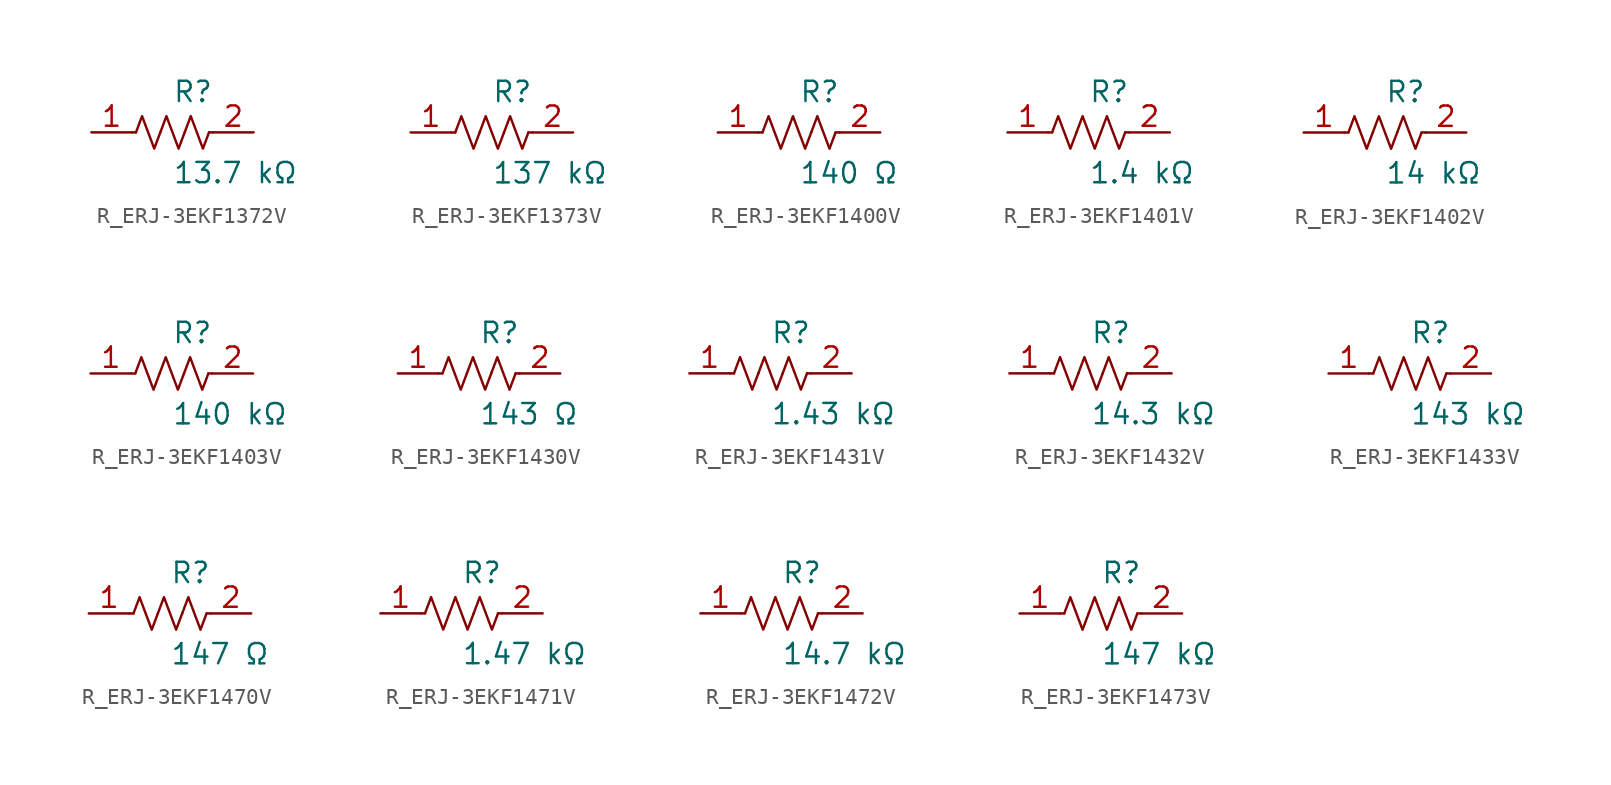
<source format=kicad_sym>
(kicad_symbol_lib
  (version 20231120)
  (generator "kicad_symbol_editor")
  (generator_version "8.0")
  (symbol "R_ERJ-3EKF1372V"
    (pin_names
      (offset 0.254))
    (property "Reference" "R"
      (at 0 2.54 0)
      (effects (font (size 1.27 1.27)) (justify left)))
    (property "Value" "13.7 kΩ"
      (at 0 -2.54 0)
      (effects (font (size 1.27 1.27)) (justify left)))
    (symbol "R_ERJ-3EKF1372V_0_1"
      (polyline (pts (xy 2.286 0) (xy 2.54 0)) (stroke (width 0) (type default)) (fill (type none)))
      (polyline (pts (xy -2.286 0) (xy -2.54 0)) (stroke (width 0) (type default)) (fill (type none)))
      (polyline (pts (xy 0.762 0) (xy 1.143 1.016) (xy 1.524 0) (xy 1.905 -1.016) (xy 2.286 0)) (stroke (width 0) (type default)) (fill (type none)))
      (polyline (pts (xy -0.762 0) (xy -0.381 1.016) (xy 0 0) (xy 0.381 -1.016) (xy 0.762 0)) (stroke (width 0) (type default)) (fill (type none)))
      (polyline (pts (xy -2.286 0) (xy -1.905 1.016) (xy -1.524 0) (xy -1.143 -1.016) (xy -0.762 0)) (stroke (width 0) (type default)) (fill (type none))))
    (pin unspecified line
      (at -5.08 0 0)
      (length 2.54)
      (name "" (effects (font (size 1.27 1.27))))
      (number "1" (effects (font (size 1.27 1.27)))))
    (pin unspecified line
      (at 5.08 0 180)
      (length 2.54)
      (name "" (effects (font (size 1.27 1.27))))
      (number "2" (effects (font (size 1.27 1.27))))))
  (symbol "R_ERJ-3EKF1373V"
    (pin_names
      (offset 0.254))
    (property "Reference" "R"
      (at 0 2.54 0)
      (effects (font (size 1.27 1.27)) (justify left)))
    (property "Value" "137 kΩ"
      (at 0 -2.54 0)
      (effects (font (size 1.27 1.27)) (justify left)))
    (symbol "R_ERJ-3EKF1373V_0_1"
      (polyline (pts (xy 2.286 0) (xy 2.54 0)) (stroke (width 0) (type default)) (fill (type none)))
      (polyline (pts (xy -2.286 0) (xy -2.54 0)) (stroke (width 0) (type default)) (fill (type none)))
      (polyline (pts (xy 0.762 0) (xy 1.143 1.016) (xy 1.524 0) (xy 1.905 -1.016) (xy 2.286 0)) (stroke (width 0) (type default)) (fill (type none)))
      (polyline (pts (xy -0.762 0) (xy -0.381 1.016) (xy 0 0) (xy 0.381 -1.016) (xy 0.762 0)) (stroke (width 0) (type default)) (fill (type none)))
      (polyline (pts (xy -2.286 0) (xy -1.905 1.016) (xy -1.524 0) (xy -1.143 -1.016) (xy -0.762 0)) (stroke (width 0) (type default)) (fill (type none))))
    (pin unspecified line
      (at -5.08 0 0)
      (length 2.54)
      (name "" (effects (font (size 1.27 1.27))))
      (number "1" (effects (font (size 1.27 1.27)))))
    (pin unspecified line
      (at 5.08 0 180)
      (length 2.54)
      (name "" (effects (font (size 1.27 1.27))))
      (number "2" (effects (font (size 1.27 1.27))))))
  (symbol "R_ERJ-3EKF1400V"
    (pin_names
      (offset 0.254))
    (property "Reference" "R"
      (at 0 2.54 0)
      (effects (font (size 1.27 1.27)) (justify left)))
    (property "Value" "140 Ω"
      (at 0 -2.54 0)
      (effects (font (size 1.27 1.27)) (justify left)))
    (symbol "R_ERJ-3EKF1400V_0_1"
      (polyline (pts (xy 2.286 0) (xy 2.54 0)) (stroke (width 0) (type default)) (fill (type none)))
      (polyline (pts (xy -2.286 0) (xy -2.54 0)) (stroke (width 0) (type default)) (fill (type none)))
      (polyline (pts (xy 0.762 0) (xy 1.143 1.016) (xy 1.524 0) (xy 1.905 -1.016) (xy 2.286 0)) (stroke (width 0) (type default)) (fill (type none)))
      (polyline (pts (xy -0.762 0) (xy -0.381 1.016) (xy 0 0) (xy 0.381 -1.016) (xy 0.762 0)) (stroke (width 0) (type default)) (fill (type none)))
      (polyline (pts (xy -2.286 0) (xy -1.905 1.016) (xy -1.524 0) (xy -1.143 -1.016) (xy -0.762 0)) (stroke (width 0) (type default)) (fill (type none))))
    (pin unspecified line
      (at -5.08 0 0)
      (length 2.54)
      (name "" (effects (font (size 1.27 1.27))))
      (number "1" (effects (font (size 1.27 1.27)))))
    (pin unspecified line
      (at 5.08 0 180)
      (length 2.54)
      (name "" (effects (font (size 1.27 1.27))))
      (number "2" (effects (font (size 1.27 1.27))))))
  (symbol "R_ERJ-3EKF1401V"
    (pin_names
      (offset 0.254))
    (property "Reference" "R"
      (at 0 2.54 0)
      (effects (font (size 1.27 1.27)) (justify left)))
    (property "Value" "1.4 kΩ"
      (at 0 -2.54 0)
      (effects (font (size 1.27 1.27)) (justify left)))
    (symbol "R_ERJ-3EKF1401V_0_1"
      (polyline (pts (xy 2.286 0) (xy 2.54 0)) (stroke (width 0) (type default)) (fill (type none)))
      (polyline (pts (xy -2.286 0) (xy -2.54 0)) (stroke (width 0) (type default)) (fill (type none)))
      (polyline (pts (xy 0.762 0) (xy 1.143 1.016) (xy 1.524 0) (xy 1.905 -1.016) (xy 2.286 0)) (stroke (width 0) (type default)) (fill (type none)))
      (polyline (pts (xy -0.762 0) (xy -0.381 1.016) (xy 0 0) (xy 0.381 -1.016) (xy 0.762 0)) (stroke (width 0) (type default)) (fill (type none)))
      (polyline (pts (xy -2.286 0) (xy -1.905 1.016) (xy -1.524 0) (xy -1.143 -1.016) (xy -0.762 0)) (stroke (width 0) (type default)) (fill (type none))))
    (pin unspecified line
      (at -5.08 0 0)
      (length 2.54)
      (name "" (effects (font (size 1.27 1.27))))
      (number "1" (effects (font (size 1.27 1.27)))))
    (pin unspecified line
      (at 5.08 0 180)
      (length 2.54)
      (name "" (effects (font (size 1.27 1.27))))
      (number "2" (effects (font (size 1.27 1.27))))))
  (symbol "R_ERJ-3EKF1402V"
    (pin_names
      (offset 0.254))
    (property "Reference" "R"
      (at 0 2.54 0)
      (effects (font (size 1.27 1.27)) (justify left)))
    (property "Value" "14 kΩ"
      (at 0 -2.54 0)
      (effects (font (size 1.27 1.27)) (justify left)))
    (symbol "R_ERJ-3EKF1402V_0_1"
      (polyline (pts (xy 2.286 0) (xy 2.54 0)) (stroke (width 0) (type default)) (fill (type none)))
      (polyline (pts (xy -2.286 0) (xy -2.54 0)) (stroke (width 0) (type default)) (fill (type none)))
      (polyline (pts (xy 0.762 0) (xy 1.143 1.016) (xy 1.524 0) (xy 1.905 -1.016) (xy 2.286 0)) (stroke (width 0) (type default)) (fill (type none)))
      (polyline (pts (xy -0.762 0) (xy -0.381 1.016) (xy 0 0) (xy 0.381 -1.016) (xy 0.762 0)) (stroke (width 0) (type default)) (fill (type none)))
      (polyline (pts (xy -2.286 0) (xy -1.905 1.016) (xy -1.524 0) (xy -1.143 -1.016) (xy -0.762 0)) (stroke (width 0) (type default)) (fill (type none))))
    (pin unspecified line
      (at -5.08 0 0)
      (length 2.54)
      (name "" (effects (font (size 1.27 1.27))))
      (number "1" (effects (font (size 1.27 1.27)))))
    (pin unspecified line
      (at 5.08 0 180)
      (length 2.54)
      (name "" (effects (font (size 1.27 1.27))))
      (number "2" (effects (font (size 1.27 1.27))))))
  (symbol "R_ERJ-3EKF1403V"
    (pin_names
      (offset 0.254))
    (property "Reference" "R"
      (at 0 2.54 0)
      (effects (font (size 1.27 1.27)) (justify left)))
    (property "Value" "140 kΩ"
      (at 0 -2.54 0)
      (effects (font (size 1.27 1.27)) (justify left)))
    (symbol "R_ERJ-3EKF1403V_0_1"
      (polyline (pts (xy 2.286 0) (xy 2.54 0)) (stroke (width 0) (type default)) (fill (type none)))
      (polyline (pts (xy -2.286 0) (xy -2.54 0)) (stroke (width 0) (type default)) (fill (type none)))
      (polyline (pts (xy 0.762 0) (xy 1.143 1.016) (xy 1.524 0) (xy 1.905 -1.016) (xy 2.286 0)) (stroke (width 0) (type default)) (fill (type none)))
      (polyline (pts (xy -0.762 0) (xy -0.381 1.016) (xy 0 0) (xy 0.381 -1.016) (xy 0.762 0)) (stroke (width 0) (type default)) (fill (type none)))
      (polyline (pts (xy -2.286 0) (xy -1.905 1.016) (xy -1.524 0) (xy -1.143 -1.016) (xy -0.762 0)) (stroke (width 0) (type default)) (fill (type none))))
    (pin unspecified line
      (at -5.08 0 0)
      (length 2.54)
      (name "" (effects (font (size 1.27 1.27))))
      (number "1" (effects (font (size 1.27 1.27)))))
    (pin unspecified line
      (at 5.08 0 180)
      (length 2.54)
      (name "" (effects (font (size 1.27 1.27))))
      (number "2" (effects (font (size 1.27 1.27))))))
  (symbol "R_ERJ-3EKF1430V"
    (pin_names
      (offset 0.254))
    (property "Reference" "R"
      (at 0 2.54 0)
      (effects (font (size 1.27 1.27)) (justify left)))
    (property "Value" "143 Ω"
      (at 0 -2.54 0)
      (effects (font (size 1.27 1.27)) (justify left)))
    (symbol "R_ERJ-3EKF1430V_0_1"
      (polyline (pts (xy 2.286 0) (xy 2.54 0)) (stroke (width 0) (type default)) (fill (type none)))
      (polyline (pts (xy -2.286 0) (xy -2.54 0)) (stroke (width 0) (type default)) (fill (type none)))
      (polyline (pts (xy 0.762 0) (xy 1.143 1.016) (xy 1.524 0) (xy 1.905 -1.016) (xy 2.286 0)) (stroke (width 0) (type default)) (fill (type none)))
      (polyline (pts (xy -0.762 0) (xy -0.381 1.016) (xy 0 0) (xy 0.381 -1.016) (xy 0.762 0)) (stroke (width 0) (type default)) (fill (type none)))
      (polyline (pts (xy -2.286 0) (xy -1.905 1.016) (xy -1.524 0) (xy -1.143 -1.016) (xy -0.762 0)) (stroke (width 0) (type default)) (fill (type none))))
    (pin unspecified line
      (at -5.08 0 0)
      (length 2.54)
      (name "" (effects (font (size 1.27 1.27))))
      (number "1" (effects (font (size 1.27 1.27)))))
    (pin unspecified line
      (at 5.08 0 180)
      (length 2.54)
      (name "" (effects (font (size 1.27 1.27))))
      (number "2" (effects (font (size 1.27 1.27))))))
  (symbol "R_ERJ-3EKF1431V"
    (pin_names
      (offset 0.254))
    (property "Reference" "R"
      (at 0 2.54 0)
      (effects (font (size 1.27 1.27)) (justify left)))
    (property "Value" "1.43 kΩ"
      (at 0 -2.54 0)
      (effects (font (size 1.27 1.27)) (justify left)))
    (symbol "R_ERJ-3EKF1431V_0_1"
      (polyline (pts (xy 2.286 0) (xy 2.54 0)) (stroke (width 0) (type default)) (fill (type none)))
      (polyline (pts (xy -2.286 0) (xy -2.54 0)) (stroke (width 0) (type default)) (fill (type none)))
      (polyline (pts (xy 0.762 0) (xy 1.143 1.016) (xy 1.524 0) (xy 1.905 -1.016) (xy 2.286 0)) (stroke (width 0) (type default)) (fill (type none)))
      (polyline (pts (xy -0.762 0) (xy -0.381 1.016) (xy 0 0) (xy 0.381 -1.016) (xy 0.762 0)) (stroke (width 0) (type default)) (fill (type none)))
      (polyline (pts (xy -2.286 0) (xy -1.905 1.016) (xy -1.524 0) (xy -1.143 -1.016) (xy -0.762 0)) (stroke (width 0) (type default)) (fill (type none))))
    (pin unspecified line
      (at -5.08 0 0)
      (length 2.54)
      (name "" (effects (font (size 1.27 1.27))))
      (number "1" (effects (font (size 1.27 1.27)))))
    (pin unspecified line
      (at 5.08 0 180)
      (length 2.54)
      (name "" (effects (font (size 1.27 1.27))))
      (number "2" (effects (font (size 1.27 1.27))))))
  (symbol "R_ERJ-3EKF1432V"
    (pin_names
      (offset 0.254))
    (property "Reference" "R"
      (at 0 2.54 0)
      (effects (font (size 1.27 1.27)) (justify left)))
    (property "Value" "14.3 kΩ"
      (at 0 -2.54 0)
      (effects (font (size 1.27 1.27)) (justify left)))
    (symbol "R_ERJ-3EKF1432V_0_1"
      (polyline (pts (xy 2.286 0) (xy 2.54 0)) (stroke (width 0) (type default)) (fill (type none)))
      (polyline (pts (xy -2.286 0) (xy -2.54 0)) (stroke (width 0) (type default)) (fill (type none)))
      (polyline (pts (xy 0.762 0) (xy 1.143 1.016) (xy 1.524 0) (xy 1.905 -1.016) (xy 2.286 0)) (stroke (width 0) (type default)) (fill (type none)))
      (polyline (pts (xy -0.762 0) (xy -0.381 1.016) (xy 0 0) (xy 0.381 -1.016) (xy 0.762 0)) (stroke (width 0) (type default)) (fill (type none)))
      (polyline (pts (xy -2.286 0) (xy -1.905 1.016) (xy -1.524 0) (xy -1.143 -1.016) (xy -0.762 0)) (stroke (width 0) (type default)) (fill (type none))))
    (pin unspecified line
      (at -5.08 0 0)
      (length 2.54)
      (name "" (effects (font (size 1.27 1.27))))
      (number "1" (effects (font (size 1.27 1.27)))))
    (pin unspecified line
      (at 5.08 0 180)
      (length 2.54)
      (name "" (effects (font (size 1.27 1.27))))
      (number "2" (effects (font (size 1.27 1.27))))))
  (symbol "R_ERJ-3EKF1433V"
    (pin_names
      (offset 0.254))
    (property "Reference" "R"
      (at 0 2.54 0)
      (effects (font (size 1.27 1.27)) (justify left)))
    (property "Value" "143 kΩ"
      (at 0 -2.54 0)
      (effects (font (size 1.27 1.27)) (justify left)))
    (symbol "R_ERJ-3EKF1433V_0_1"
      (polyline (pts (xy 2.286 0) (xy 2.54 0)) (stroke (width 0) (type default)) (fill (type none)))
      (polyline (pts (xy -2.286 0) (xy -2.54 0)) (stroke (width 0) (type default)) (fill (type none)))
      (polyline (pts (xy 0.762 0) (xy 1.143 1.016) (xy 1.524 0) (xy 1.905 -1.016) (xy 2.286 0)) (stroke (width 0) (type default)) (fill (type none)))
      (polyline (pts (xy -0.762 0) (xy -0.381 1.016) (xy 0 0) (xy 0.381 -1.016) (xy 0.762 0)) (stroke (width 0) (type default)) (fill (type none)))
      (polyline (pts (xy -2.286 0) (xy -1.905 1.016) (xy -1.524 0) (xy -1.143 -1.016) (xy -0.762 0)) (stroke (width 0) (type default)) (fill (type none))))
    (pin unspecified line
      (at -5.08 0 0)
      (length 2.54)
      (name "" (effects (font (size 1.27 1.27))))
      (number "1" (effects (font (size 1.27 1.27)))))
    (pin unspecified line
      (at 5.08 0 180)
      (length 2.54)
      (name "" (effects (font (size 1.27 1.27))))
      (number "2" (effects (font (size 1.27 1.27))))))
  (symbol "R_ERJ-3EKF1470V"
    (pin_names
      (offset 0.254))
    (property "Reference" "R"
      (at 0 2.54 0)
      (effects (font (size 1.27 1.27)) (justify left)))
    (property "Value" "147 Ω"
      (at 0 -2.54 0)
      (effects (font (size 1.27 1.27)) (justify left)))
    (symbol "R_ERJ-3EKF1470V_0_1"
      (polyline (pts (xy 2.286 0) (xy 2.54 0)) (stroke (width 0) (type default)) (fill (type none)))
      (polyline (pts (xy -2.286 0) (xy -2.54 0)) (stroke (width 0) (type default)) (fill (type none)))
      (polyline (pts (xy 0.762 0) (xy 1.143 1.016) (xy 1.524 0) (xy 1.905 -1.016) (xy 2.286 0)) (stroke (width 0) (type default)) (fill (type none)))
      (polyline (pts (xy -0.762 0) (xy -0.381 1.016) (xy 0 0) (xy 0.381 -1.016) (xy 0.762 0)) (stroke (width 0) (type default)) (fill (type none)))
      (polyline (pts (xy -2.286 0) (xy -1.905 1.016) (xy -1.524 0) (xy -1.143 -1.016) (xy -0.762 0)) (stroke (width 0) (type default)) (fill (type none))))
    (pin unspecified line
      (at -5.08 0 0)
      (length 2.54)
      (name "" (effects (font (size 1.27 1.27))))
      (number "1" (effects (font (size 1.27 1.27)))))
    (pin unspecified line
      (at 5.08 0 180)
      (length 2.54)
      (name "" (effects (font (size 1.27 1.27))))
      (number "2" (effects (font (size 1.27 1.27))))))
  (symbol "R_ERJ-3EKF1471V"
    (pin_names
      (offset 0.254))
    (property "Reference" "R"
      (at 0 2.54 0)
      (effects (font (size 1.27 1.27)) (justify left)))
    (property "Value" "1.47 kΩ"
      (at 0 -2.54 0)
      (effects (font (size 1.27 1.27)) (justify left)))
    (symbol "R_ERJ-3EKF1471V_0_1"
      (polyline (pts (xy 2.286 0) (xy 2.54 0)) (stroke (width 0) (type default)) (fill (type none)))
      (polyline (pts (xy -2.286 0) (xy -2.54 0)) (stroke (width 0) (type default)) (fill (type none)))
      (polyline (pts (xy 0.762 0) (xy 1.143 1.016) (xy 1.524 0) (xy 1.905 -1.016) (xy 2.286 0)) (stroke (width 0) (type default)) (fill (type none)))
      (polyline (pts (xy -0.762 0) (xy -0.381 1.016) (xy 0 0) (xy 0.381 -1.016) (xy 0.762 0)) (stroke (width 0) (type default)) (fill (type none)))
      (polyline (pts (xy -2.286 0) (xy -1.905 1.016) (xy -1.524 0) (xy -1.143 -1.016) (xy -0.762 0)) (stroke (width 0) (type default)) (fill (type none))))
    (pin unspecified line
      (at -5.08 0 0)
      (length 2.54)
      (name "" (effects (font (size 1.27 1.27))))
      (number "1" (effects (font (size 1.27 1.27)))))
    (pin unspecified line
      (at 5.08 0 180)
      (length 2.54)
      (name "" (effects (font (size 1.27 1.27))))
      (number "2" (effects (font (size 1.27 1.27))))))
  (symbol "R_ERJ-3EKF1472V"
    (pin_names
      (offset 0.254))
    (property "Reference" "R"
      (at 0 2.54 0)
      (effects (font (size 1.27 1.27)) (justify left)))
    (property "Value" "14.7 kΩ"
      (at 0 -2.54 0)
      (effects (font (size 1.27 1.27)) (justify left)))
    (symbol "R_ERJ-3EKF1472V_0_1"
      (polyline (pts (xy 2.286 0) (xy 2.54 0)) (stroke (width 0) (type default)) (fill (type none)))
      (polyline (pts (xy -2.286 0) (xy -2.54 0)) (stroke (width 0) (type default)) (fill (type none)))
      (polyline (pts (xy 0.762 0) (xy 1.143 1.016) (xy 1.524 0) (xy 1.905 -1.016) (xy 2.286 0)) (stroke (width 0) (type default)) (fill (type none)))
      (polyline (pts (xy -0.762 0) (xy -0.381 1.016) (xy 0 0) (xy 0.381 -1.016) (xy 0.762 0)) (stroke (width 0) (type default)) (fill (type none)))
      (polyline (pts (xy -2.286 0) (xy -1.905 1.016) (xy -1.524 0) (xy -1.143 -1.016) (xy -0.762 0)) (stroke (width 0) (type default)) (fill (type none))))
    (pin unspecified line
      (at -5.08 0 0)
      (length 2.54)
      (name "" (effects (font (size 1.27 1.27))))
      (number "1" (effects (font (size 1.27 1.27)))))
    (pin unspecified line
      (at 5.08 0 180)
      (length 2.54)
      (name "" (effects (font (size 1.27 1.27))))
      (number "2" (effects (font (size 1.27 1.27))))))
  (symbol "R_ERJ-3EKF1473V"
    (pin_names
      (offset 0.254))
    (property "Reference" "R"
      (at 0 2.54 0)
      (effects (font (size 1.27 1.27)) (justify left)))
    (property "Value" "147 kΩ"
      (at 0 -2.54 0)
      (effects (font (size 1.27 1.27)) (justify left)))
    (symbol "R_ERJ-3EKF1473V_0_1"
      (polyline (pts (xy 2.286 0) (xy 2.54 0)) (stroke (width 0) (type default)) (fill (type none)))
      (polyline (pts (xy -2.286 0) (xy -2.54 0)) (stroke (width 0) (type default)) (fill (type none)))
      (polyline (pts (xy 0.762 0) (xy 1.143 1.016) (xy 1.524 0) (xy 1.905 -1.016) (xy 2.286 0)) (stroke (width 0) (type default)) (fill (type none)))
      (polyline (pts (xy -0.762 0) (xy -0.381 1.016) (xy 0 0) (xy 0.381 -1.016) (xy 0.762 0)) (stroke (width 0) (type default)) (fill (type none)))
      (polyline (pts (xy -2.286 0) (xy -1.905 1.016) (xy -1.524 0) (xy -1.143 -1.016) (xy -0.762 0)) (stroke (width 0) (type default)) (fill (type none))))
    (pin unspecified line
      (at -5.08 0 0)
      (length 2.54)
      (name "" (effects (font (size 1.27 1.27))))
      (number "1" (effects (font (size 1.27 1.27)))))
    (pin unspecified line
      (at 5.08 0 180)
      (length 2.54)
      (name "" (effects (font (size 1.27 1.27))))
      (number "2" (effects (font (size 1.27 1.27)))))))
</source>
